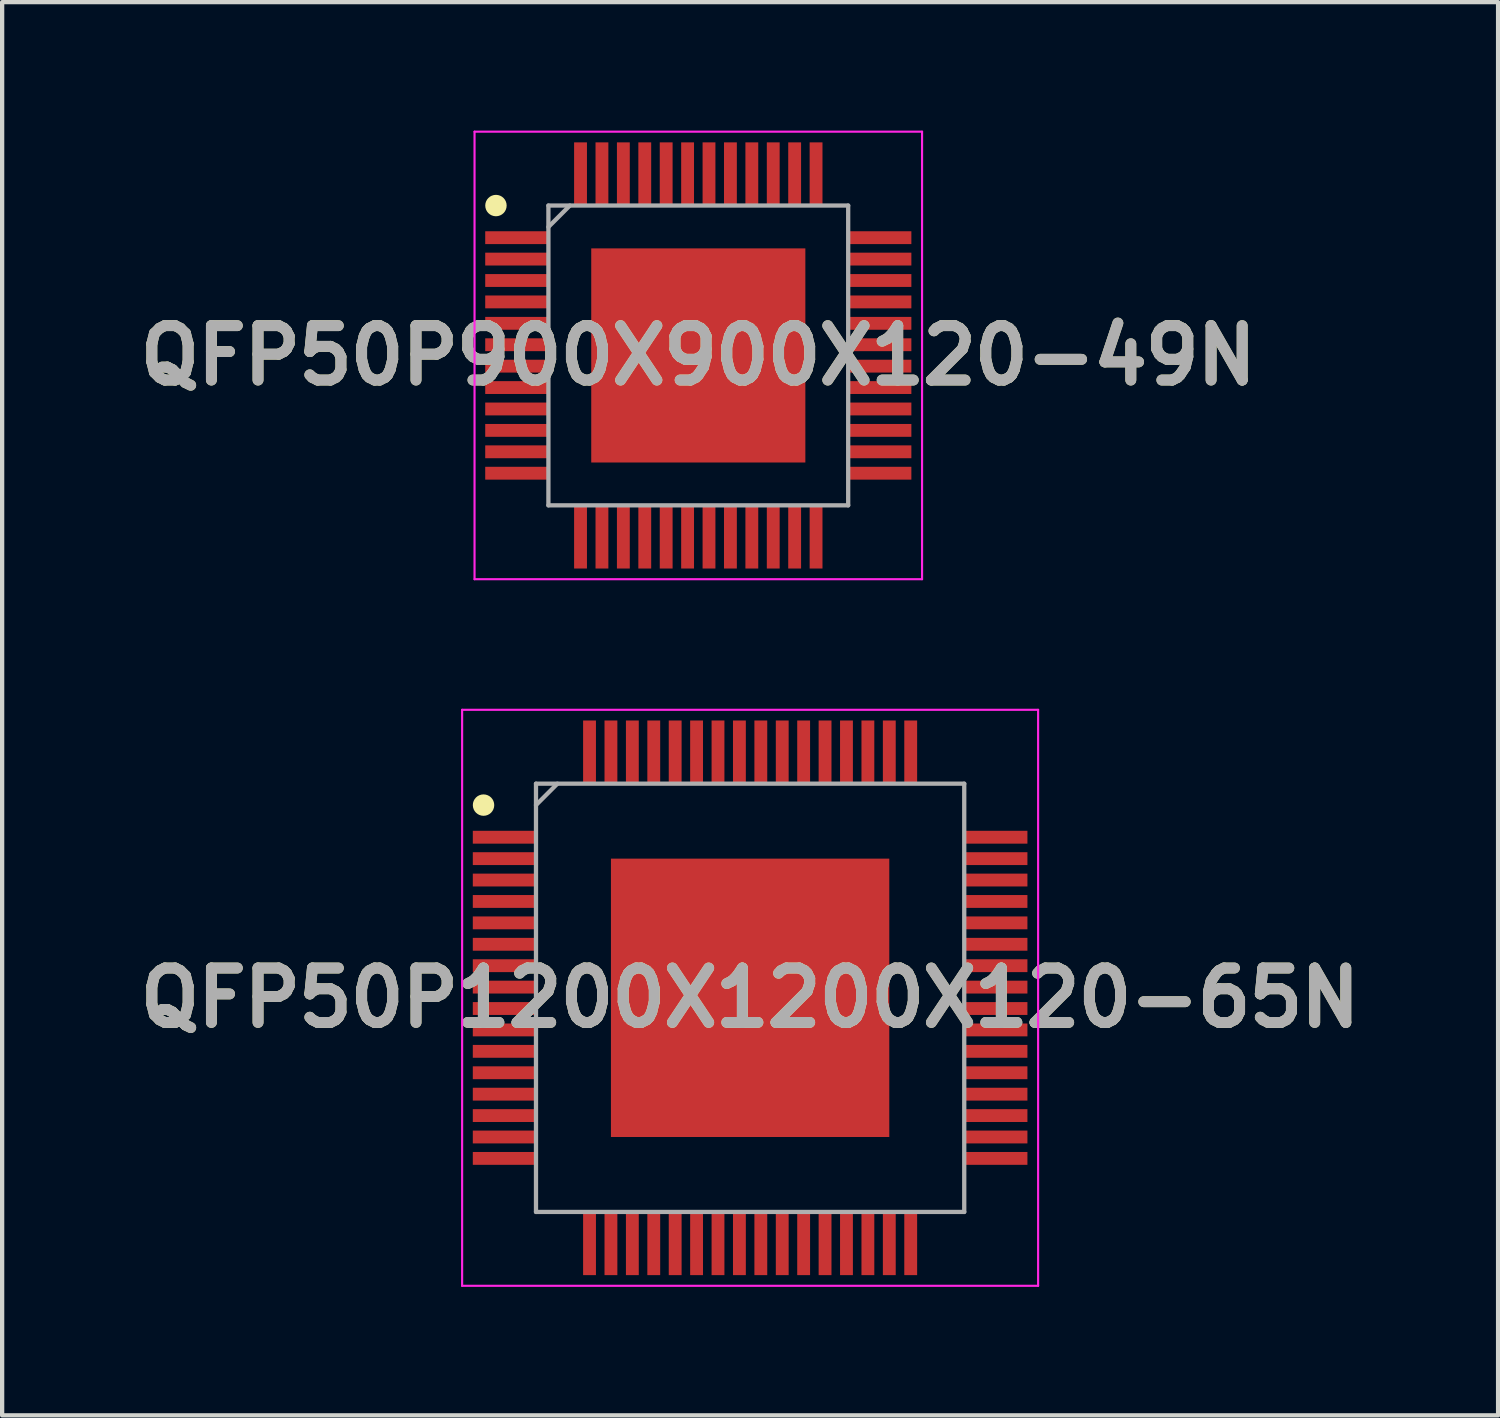
<source format=kicad_pcb>
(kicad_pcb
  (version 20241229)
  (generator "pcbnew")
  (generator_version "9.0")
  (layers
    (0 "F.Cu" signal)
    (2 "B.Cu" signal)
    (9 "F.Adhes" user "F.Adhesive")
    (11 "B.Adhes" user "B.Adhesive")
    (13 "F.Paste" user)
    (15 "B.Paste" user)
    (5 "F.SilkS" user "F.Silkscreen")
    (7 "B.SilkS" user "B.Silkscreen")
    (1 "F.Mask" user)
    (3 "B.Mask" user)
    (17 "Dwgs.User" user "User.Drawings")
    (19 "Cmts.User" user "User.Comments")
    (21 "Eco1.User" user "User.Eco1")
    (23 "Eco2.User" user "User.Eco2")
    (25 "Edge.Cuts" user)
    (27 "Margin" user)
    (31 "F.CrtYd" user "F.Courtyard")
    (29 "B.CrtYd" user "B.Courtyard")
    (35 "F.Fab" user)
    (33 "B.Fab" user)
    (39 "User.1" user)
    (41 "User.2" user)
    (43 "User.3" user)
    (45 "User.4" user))
  (footprint "QFP50P900X900X120-49N"
    (layer "F.Cu")
    (at 13.256 5.25)
    (property "Reference" "QFP50P900X900X120-49N" (at 0 0 0) (layer "F.SilkS") (effects (font (size 1.27 1.27) (thickness 0.254))))
    (attr smd)
    (fp_circle (center -4.725 -3.5) (end -4.725 -3.375) (stroke (width 0.25) (type solid)) (fill no) (layer "F.SilkS"))
    (fp_line (start -5.225 -5.225) (end 5.225 -5.225) (stroke (width 0.05) (type solid)) (layer "F.CrtYd"))
    (fp_line (start -5.225 5.225) (end -5.225 -5.225) (stroke (width 0.05) (type solid)) (layer "F.CrtYd"))
    (fp_line (start 5.225 -5.225) (end 5.225 5.225) (stroke (width 0.05) (type solid)) (layer "F.CrtYd"))
    (fp_line (start 5.225 5.225) (end -5.225 5.225) (stroke (width 0.05) (type solid)) (layer "F.CrtYd"))
    (fp_line (start -3.5 -3.5) (end 3.5 -3.5) (stroke (width 0.1) (type solid)) (layer "F.Fab"))
    (fp_line (start -3.5 -3) (end -3 -3.5) (stroke (width 0.1) (type solid)) (layer "F.Fab"))
    (fp_line (start -3.5 3.5) (end -3.5 -3.5) (stroke (width 0.1) (type solid)) (layer "F.Fab"))
    (fp_line (start 3.5 -3.5) (end 3.5 3.5) (stroke (width 0.1) (type solid)) (layer "F.Fab"))
    (fp_line (start 3.5 3.5) (end -3.5 3.5) (stroke (width 0.1) (type solid)) (layer "F.Fab"))
    (fp_text user "${REFERENCE}" (at 0 0 0) (layer "F.Fab") (effects (font (size 1.27 1.27) (thickness 0.254))))
    (pad "1" smd rect (at -4.238 -2.75 90) (size 0.3 1.475) (layers "F.Cu" "F.Mask" "F.Paste"))
    (pad "2" smd rect (at -4.238 -2.25 90) (size 0.3 1.475) (layers "F.Cu" "F.Mask" "F.Paste"))
    (pad "3" smd rect (at -4.238 -1.75 90) (size 0.3 1.475) (layers "F.Cu" "F.Mask" "F.Paste"))
    (pad "4" smd rect (at -4.238 -1.25 90) (size 0.3 1.475) (layers "F.Cu" "F.Mask" "F.Paste"))
    (pad "5" smd rect (at -4.238 -0.75 90) (size 0.3 1.475) (layers "F.Cu" "F.Mask" "F.Paste"))
    (pad "6" smd rect (at -4.238 -0.25 90) (size 0.3 1.475) (layers "F.Cu" "F.Mask" "F.Paste"))
    (pad "7" smd rect (at -4.238 0.25 90) (size 0.3 1.475) (layers "F.Cu" "F.Mask" "F.Paste"))
    (pad "8" smd rect (at -4.238 0.75 90) (size 0.3 1.475) (layers "F.Cu" "F.Mask" "F.Paste"))
    (pad "9" smd rect (at -4.238 1.25 90) (size 0.3 1.475) (layers "F.Cu" "F.Mask" "F.Paste"))
    (pad "10" smd rect (at -4.238 1.75 90) (size 0.3 1.475) (layers "F.Cu" "F.Mask" "F.Paste"))
    (pad "11" smd rect (at -4.238 2.25 90) (size 0.3 1.475) (layers "F.Cu" "F.Mask" "F.Paste"))
    (pad "12" smd rect (at -4.238 2.75 90) (size 0.3 1.475) (layers "F.Cu" "F.Mask" "F.Paste"))
    (pad "13" smd rect (at -2.75 4.238) (size 0.3 1.475) (layers "F.Cu" "F.Mask" "F.Paste"))
    (pad "14" smd rect (at -2.25 4.238) (size 0.3 1.475) (layers "F.Cu" "F.Mask" "F.Paste"))
    (pad "15" smd rect (at -1.75 4.238) (size 0.3 1.475) (layers "F.Cu" "F.Mask" "F.Paste"))
    (pad "16" smd rect (at -1.25 4.238) (size 0.3 1.475) (layers "F.Cu" "F.Mask" "F.Paste"))
    (pad "17" smd rect (at -0.75 4.238) (size 0.3 1.475) (layers "F.Cu" "F.Mask" "F.Paste"))
    (pad "18" smd rect (at -0.25 4.238) (size 0.3 1.475) (layers "F.Cu" "F.Mask" "F.Paste"))
    (pad "19" smd rect (at 0.25 4.238) (size 0.3 1.475) (layers "F.Cu" "F.Mask" "F.Paste"))
    (pad "20" smd rect (at 0.75 4.238) (size 0.3 1.475) (layers "F.Cu" "F.Mask" "F.Paste"))
    (pad "21" smd rect (at 1.25 4.238) (size 0.3 1.475) (layers "F.Cu" "F.Mask" "F.Paste"))
    (pad "22" smd rect (at 1.75 4.238) (size 0.3 1.475) (layers "F.Cu" "F.Mask" "F.Paste"))
    (pad "23" smd rect (at 2.25 4.238) (size 0.3 1.475) (layers "F.Cu" "F.Mask" "F.Paste"))
    (pad "24" smd rect (at 2.75 4.238) (size 0.3 1.475) (layers "F.Cu" "F.Mask" "F.Paste"))
    (pad "25" smd rect (at 4.238 2.75 90) (size 0.3 1.475) (layers "F.Cu" "F.Mask" "F.Paste"))
    (pad "26" smd rect (at 4.238 2.25 90) (size 0.3 1.475) (layers "F.Cu" "F.Mask" "F.Paste"))
    (pad "27" smd rect (at 4.238 1.75 90) (size 0.3 1.475) (layers "F.Cu" "F.Mask" "F.Paste"))
    (pad "28" smd rect (at 4.238 1.25 90) (size 0.3 1.475) (layers "F.Cu" "F.Mask" "F.Paste"))
    (pad "29" smd rect (at 4.238 0.75 90) (size 0.3 1.475) (layers "F.Cu" "F.Mask" "F.Paste"))
    (pad "30" smd rect (at 4.238 0.25 90) (size 0.3 1.475) (layers "F.Cu" "F.Mask" "F.Paste"))
    (pad "31" smd rect (at 4.238 -0.25 90) (size 0.3 1.475) (layers "F.Cu" "F.Mask" "F.Paste"))
    (pad "32" smd rect (at 4.238 -0.75 90) (size 0.3 1.475) (layers "F.Cu" "F.Mask" "F.Paste"))
    (pad "33" smd rect (at 4.238 -1.25 90) (size 0.3 1.475) (layers "F.Cu" "F.Mask" "F.Paste"))
    (pad "34" smd rect (at 4.238 -1.75 90) (size 0.3 1.475) (layers "F.Cu" "F.Mask" "F.Paste"))
    (pad "35" smd rect (at 4.238 -2.25 90) (size 0.3 1.475) (layers "F.Cu" "F.Mask" "F.Paste"))
    (pad "36" smd rect (at 4.238 -2.75 90) (size 0.3 1.475) (layers "F.Cu" "F.Mask" "F.Paste"))
    (pad "37" smd rect (at 2.75 -4.238) (size 0.3 1.475) (layers "F.Cu" "F.Mask" "F.Paste"))
    (pad "38" smd rect (at 2.25 -4.238) (size 0.3 1.475) (layers "F.Cu" "F.Mask" "F.Paste"))
    (pad "39" smd rect (at 1.75 -4.238) (size 0.3 1.475) (layers "F.Cu" "F.Mask" "F.Paste"))
    (pad "40" smd rect (at 1.25 -4.238) (size 0.3 1.475) (layers "F.Cu" "F.Mask" "F.Paste"))
    (pad "41" smd rect (at 0.75 -4.238) (size 0.3 1.475) (layers "F.Cu" "F.Mask" "F.Paste"))
    (pad "42" smd rect (at 0.25 -4.238) (size 0.3 1.475) (layers "F.Cu" "F.Mask" "F.Paste"))
    (pad "43" smd rect (at -0.25 -4.238) (size 0.3 1.475) (layers "F.Cu" "F.Mask" "F.Paste"))
    (pad "44" smd rect (at -0.75 -4.238) (size 0.3 1.475) (layers "F.Cu" "F.Mask" "F.Paste"))
    (pad "45" smd rect (at -1.25 -4.238) (size 0.3 1.475) (layers "F.Cu" "F.Mask" "F.Paste"))
    (pad "46" smd rect (at -1.75 -4.238) (size 0.3 1.475) (layers "F.Cu" "F.Mask" "F.Paste"))
    (pad "47" smd rect (at -2.25 -4.238) (size 0.3 1.475) (layers "F.Cu" "F.Mask" "F.Paste"))
    (pad "48" smd rect (at -2.75 -4.238) (size 0.3 1.475) (layers "F.Cu" "F.Mask" "F.Paste"))
    (pad "49" smd rect (at 0 0) (size 5 5) (layers "F.Cu" "F.Mask" "F.Paste")))
  (footprint "QFP50P1200X1200X120-65N"
    (layer "F.Cu")
    (at 14.466 20.25)
    (property "Reference" "QFP50P1200X1200X120-65N" (at 0 0 0) (layer "F.SilkS") (effects (font (size 1.27 1.27) (thickness 0.254))))
    (attr smd)
    (fp_circle (center -6.225 -4.5) (end -6.225 -4.375) (stroke (width 0.25) (type solid)) (fill no) (layer "F.SilkS"))
    (fp_line (start -6.725 -6.725) (end 6.725 -6.725) (stroke (width 0.05) (type solid)) (layer "F.CrtYd"))
    (fp_line (start -6.725 6.725) (end -6.725 -6.725) (stroke (width 0.05) (type solid)) (layer "F.CrtYd"))
    (fp_line (start 6.725 -6.725) (end 6.725 6.725) (stroke (width 0.05) (type solid)) (layer "F.CrtYd"))
    (fp_line (start 6.725 6.725) (end -6.725 6.725) (stroke (width 0.05) (type solid)) (layer "F.CrtYd"))
    (fp_line (start -5 -5) (end 5 -5) (stroke (width 0.1) (type solid)) (layer "F.Fab"))
    (fp_line (start -5 -4.5) (end -4.5 -5) (stroke (width 0.1) (type solid)) (layer "F.Fab"))
    (fp_line (start -5 5) (end -5 -5) (stroke (width 0.1) (type solid)) (layer "F.Fab"))
    (fp_line (start 5 -5) (end 5 5) (stroke (width 0.1) (type solid)) (layer "F.Fab"))
    (fp_line (start 5 5) (end -5 5) (stroke (width 0.1) (type solid)) (layer "F.Fab"))
    (fp_text user "${REFERENCE}" (at 0 0 0) (layer "F.Fab") (effects (font (size 1.27 1.27) (thickness 0.254))))
    (pad "1" smd rect (at -5.738 -3.75 90) (size 0.3 1.475) (layers "F.Cu" "F.Mask" "F.Paste"))
    (pad "2" smd rect (at -5.738 -3.25 90) (size 0.3 1.475) (layers "F.Cu" "F.Mask" "F.Paste"))
    (pad "3" smd rect (at -5.738 -2.75 90) (size 0.3 1.475) (layers "F.Cu" "F.Mask" "F.Paste"))
    (pad "4" smd rect (at -5.738 -2.25 90) (size 0.3 1.475) (layers "F.Cu" "F.Mask" "F.Paste"))
    (pad "5" smd rect (at -5.738 -1.75 90) (size 0.3 1.475) (layers "F.Cu" "F.Mask" "F.Paste"))
    (pad "6" smd rect (at -5.738 -1.25 90) (size 0.3 1.475) (layers "F.Cu" "F.Mask" "F.Paste"))
    (pad "7" smd rect (at -5.738 -0.75 90) (size 0.3 1.475) (layers "F.Cu" "F.Mask" "F.Paste"))
    (pad "8" smd rect (at -5.738 -0.25 90) (size 0.3 1.475) (layers "F.Cu" "F.Mask" "F.Paste"))
    (pad "9" smd rect (at -5.738 0.25 90) (size 0.3 1.475) (layers "F.Cu" "F.Mask" "F.Paste"))
    (pad "10" smd rect (at -5.738 0.75 90) (size 0.3 1.475) (layers "F.Cu" "F.Mask" "F.Paste"))
    (pad "11" smd rect (at -5.738 1.25 90) (size 0.3 1.475) (layers "F.Cu" "F.Mask" "F.Paste"))
    (pad "12" smd rect (at -5.738 1.75 90) (size 0.3 1.475) (layers "F.Cu" "F.Mask" "F.Paste"))
    (pad "13" smd rect (at -5.738 2.25 90) (size 0.3 1.475) (layers "F.Cu" "F.Mask" "F.Paste"))
    (pad "14" smd rect (at -5.738 2.75 90) (size 0.3 1.475) (layers "F.Cu" "F.Mask" "F.Paste"))
    (pad "15" smd rect (at -5.738 3.25 90) (size 0.3 1.475) (layers "F.Cu" "F.Mask" "F.Paste"))
    (pad "16" smd rect (at -5.738 3.75 90) (size 0.3 1.475) (layers "F.Cu" "F.Mask" "F.Paste"))
    (pad "17" smd rect (at -3.75 5.738) (size 0.3 1.475) (layers "F.Cu" "F.Mask" "F.Paste"))
    (pad "18" smd rect (at -3.25 5.738) (size 0.3 1.475) (layers "F.Cu" "F.Mask" "F.Paste"))
    (pad "19" smd rect (at -2.75 5.738) (size 0.3 1.475) (layers "F.Cu" "F.Mask" "F.Paste"))
    (pad "20" smd rect (at -2.25 5.738) (size 0.3 1.475) (layers "F.Cu" "F.Mask" "F.Paste"))
    (pad "21" smd rect (at -1.75 5.738) (size 0.3 1.475) (layers "F.Cu" "F.Mask" "F.Paste"))
    (pad "22" smd rect (at -1.25 5.738) (size 0.3 1.475) (layers "F.Cu" "F.Mask" "F.Paste"))
    (pad "23" smd rect (at -0.75 5.738) (size 0.3 1.475) (layers "F.Cu" "F.Mask" "F.Paste"))
    (pad "24" smd rect (at -0.25 5.738) (size 0.3 1.475) (layers "F.Cu" "F.Mask" "F.Paste"))
    (pad "25" smd rect (at 0.25 5.738) (size 0.3 1.475) (layers "F.Cu" "F.Mask" "F.Paste"))
    (pad "26" smd rect (at 0.75 5.738) (size 0.3 1.475) (layers "F.Cu" "F.Mask" "F.Paste"))
    (pad "27" smd rect (at 1.25 5.738) (size 0.3 1.475) (layers "F.Cu" "F.Mask" "F.Paste"))
    (pad "28" smd rect (at 1.75 5.738) (size 0.3 1.475) (layers "F.Cu" "F.Mask" "F.Paste"))
    (pad "29" smd rect (at 2.25 5.738) (size 0.3 1.475) (layers "F.Cu" "F.Mask" "F.Paste"))
    (pad "30" smd rect (at 2.75 5.738) (size 0.3 1.475) (layers "F.Cu" "F.Mask" "F.Paste"))
    (pad "31" smd rect (at 3.25 5.738) (size 0.3 1.475) (layers "F.Cu" "F.Mask" "F.Paste"))
    (pad "32" smd rect (at 3.75 5.738) (size 0.3 1.475) (layers "F.Cu" "F.Mask" "F.Paste"))
    (pad "33" smd rect (at 5.738 3.75 90) (size 0.3 1.475) (layers "F.Cu" "F.Mask" "F.Paste"))
    (pad "34" smd rect (at 5.738 3.25 90) (size 0.3 1.475) (layers "F.Cu" "F.Mask" "F.Paste"))
    (pad "35" smd rect (at 5.738 2.75 90) (size 0.3 1.475) (layers "F.Cu" "F.Mask" "F.Paste"))
    (pad "36" smd rect (at 5.738 2.25 90) (size 0.3 1.475) (layers "F.Cu" "F.Mask" "F.Paste"))
    (pad "37" smd rect (at 5.738 1.75 90) (size 0.3 1.475) (layers "F.Cu" "F.Mask" "F.Paste"))
    (pad "38" smd rect (at 5.738 1.25 90) (size 0.3 1.475) (layers "F.Cu" "F.Mask" "F.Paste"))
    (pad "39" smd rect (at 5.738 0.75 90) (size 0.3 1.475) (layers "F.Cu" "F.Mask" "F.Paste"))
    (pad "40" smd rect (at 5.738 0.25 90) (size 0.3 1.475) (layers "F.Cu" "F.Mask" "F.Paste"))
    (pad "41" smd rect (at 5.738 -0.25 90) (size 0.3 1.475) (layers "F.Cu" "F.Mask" "F.Paste"))
    (pad "42" smd rect (at 5.738 -0.75 90) (size 0.3 1.475) (layers "F.Cu" "F.Mask" "F.Paste"))
    (pad "43" smd rect (at 5.738 -1.25 90) (size 0.3 1.475) (layers "F.Cu" "F.Mask" "F.Paste"))
    (pad "44" smd rect (at 5.738 -1.75 90) (size 0.3 1.475) (layers "F.Cu" "F.Mask" "F.Paste"))
    (pad "45" smd rect (at 5.738 -2.25 90) (size 0.3 1.475) (layers "F.Cu" "F.Mask" "F.Paste"))
    (pad "46" smd rect (at 5.738 -2.75 90) (size 0.3 1.475) (layers "F.Cu" "F.Mask" "F.Paste"))
    (pad "47" smd rect (at 5.738 -3.25 90) (size 0.3 1.475) (layers "F.Cu" "F.Mask" "F.Paste"))
    (pad "48" smd rect (at 5.738 -3.75 90) (size 0.3 1.475) (layers "F.Cu" "F.Mask" "F.Paste"))
    (pad "49" smd rect (at 3.75 -5.738) (size 0.3 1.475) (layers "F.Cu" "F.Mask" "F.Paste"))
    (pad "50" smd rect (at 3.25 -5.738) (size 0.3 1.475) (layers "F.Cu" "F.Mask" "F.Paste"))
    (pad "51" smd rect (at 2.75 -5.738) (size 0.3 1.475) (layers "F.Cu" "F.Mask" "F.Paste"))
    (pad "52" smd rect (at 2.25 -5.738) (size 0.3 1.475) (layers "F.Cu" "F.Mask" "F.Paste"))
    (pad "53" smd rect (at 1.75 -5.738) (size 0.3 1.475) (layers "F.Cu" "F.Mask" "F.Paste"))
    (pad "54" smd rect (at 1.25 -5.738) (size 0.3 1.475) (layers "F.Cu" "F.Mask" "F.Paste"))
    (pad "55" smd rect (at 0.75 -5.738) (size 0.3 1.475) (layers "F.Cu" "F.Mask" "F.Paste"))
    (pad "56" smd rect (at 0.25 -5.738) (size 0.3 1.475) (layers "F.Cu" "F.Mask" "F.Paste"))
    (pad "57" smd rect (at -0.25 -5.738) (size 0.3 1.475) (layers "F.Cu" "F.Mask" "F.Paste"))
    (pad "58" smd rect (at -0.75 -5.738) (size 0.3 1.475) (layers "F.Cu" "F.Mask" "F.Paste"))
    (pad "59" smd rect (at -1.25 -5.738) (size 0.3 1.475) (layers "F.Cu" "F.Mask" "F.Paste"))
    (pad "60" smd rect (at -1.75 -5.738) (size 0.3 1.475) (layers "F.Cu" "F.Mask" "F.Paste"))
    (pad "61" smd rect (at -2.25 -5.738) (size 0.3 1.475) (layers "F.Cu" "F.Mask" "F.Paste"))
    (pad "62" smd rect (at -2.75 -5.738) (size 0.3 1.475) (layers "F.Cu" "F.Mask" "F.Paste"))
    (pad "63" smd rect (at -3.25 -5.738) (size 0.3 1.475) (layers "F.Cu" "F.Mask" "F.Paste"))
    (pad "64" smd rect (at -3.75 -5.738) (size 0.3 1.475) (layers "F.Cu" "F.Mask" "F.Paste"))
    (pad "65" smd rect (at 0 0) (size 6.5 6.5) (layers "F.Cu" "F.Mask" "F.Paste")))
  (gr_rect
    (start -3 -3)
    (end 31.932 30)
    (stroke (width 0.1) (type default))
    (fill no)
    (layer "Edge.Cuts")))
</source>
